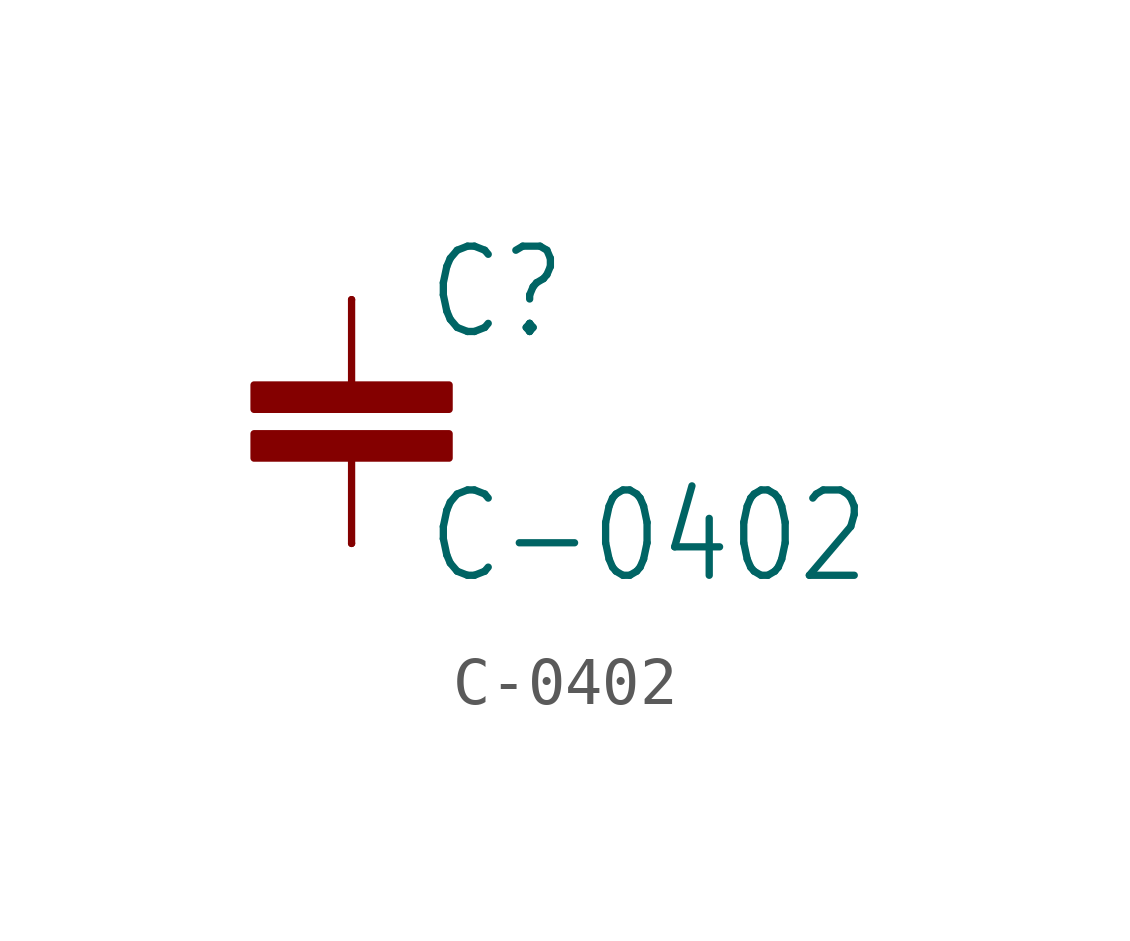
<source format=kicad_sym>
(kicad_symbol_lib
  (version 20211014)
  (generator kicad_symbol_editor)
  (symbol "C-0402"
    (property "Reference" "C"
      (at 1.524 1.651 0)
      (effects (font (size 1.778 1.511)) (justify left bottom)))
    (property "Value" "C-0402"
      (at 1.524 -3.429 0)
      (effects (font (size 1.778 1.511)) (justify left bottom)))
    (property "ki_locked" ""
      (at 0 0 0)
      (effects (font (size 1.27 1.27))))
    (symbol "C-0402_1_0"
      (rectangle (start -2.032 -0.762) (end 2.032 -0.254) (stroke (width 0) (type default) (color 0 0 0 0)) (fill (type outline)))
      (rectangle (start -2.032 0.254) (end 2.032 0.762) (stroke (width 0) (type default) (color 0 0 0 0)) (fill (type outline)))
      (polyline (pts (xy 0 -2.54) (xy 0 -0.762)) (stroke (width 0.152) (type default) (color 0 0 0 0)) (fill (type none)))
      (polyline (pts (xy 0 2.54) (xy 0 0.762)) (stroke (width 0.152) (type default) (color 0 0 0 0)) (fill (type none)))
      (pin passive line (at 0 2.54 270) (length 0) (name "1" (effects (font (size 0 0)))) (number "1" (effects (font (size 0 0)))))
      (pin passive line (at 0 -2.54 90) (length 0) (name "2" (effects (font (size 0 0)))) (number "2" (effects (font (size 0 0))))))))
</source>
